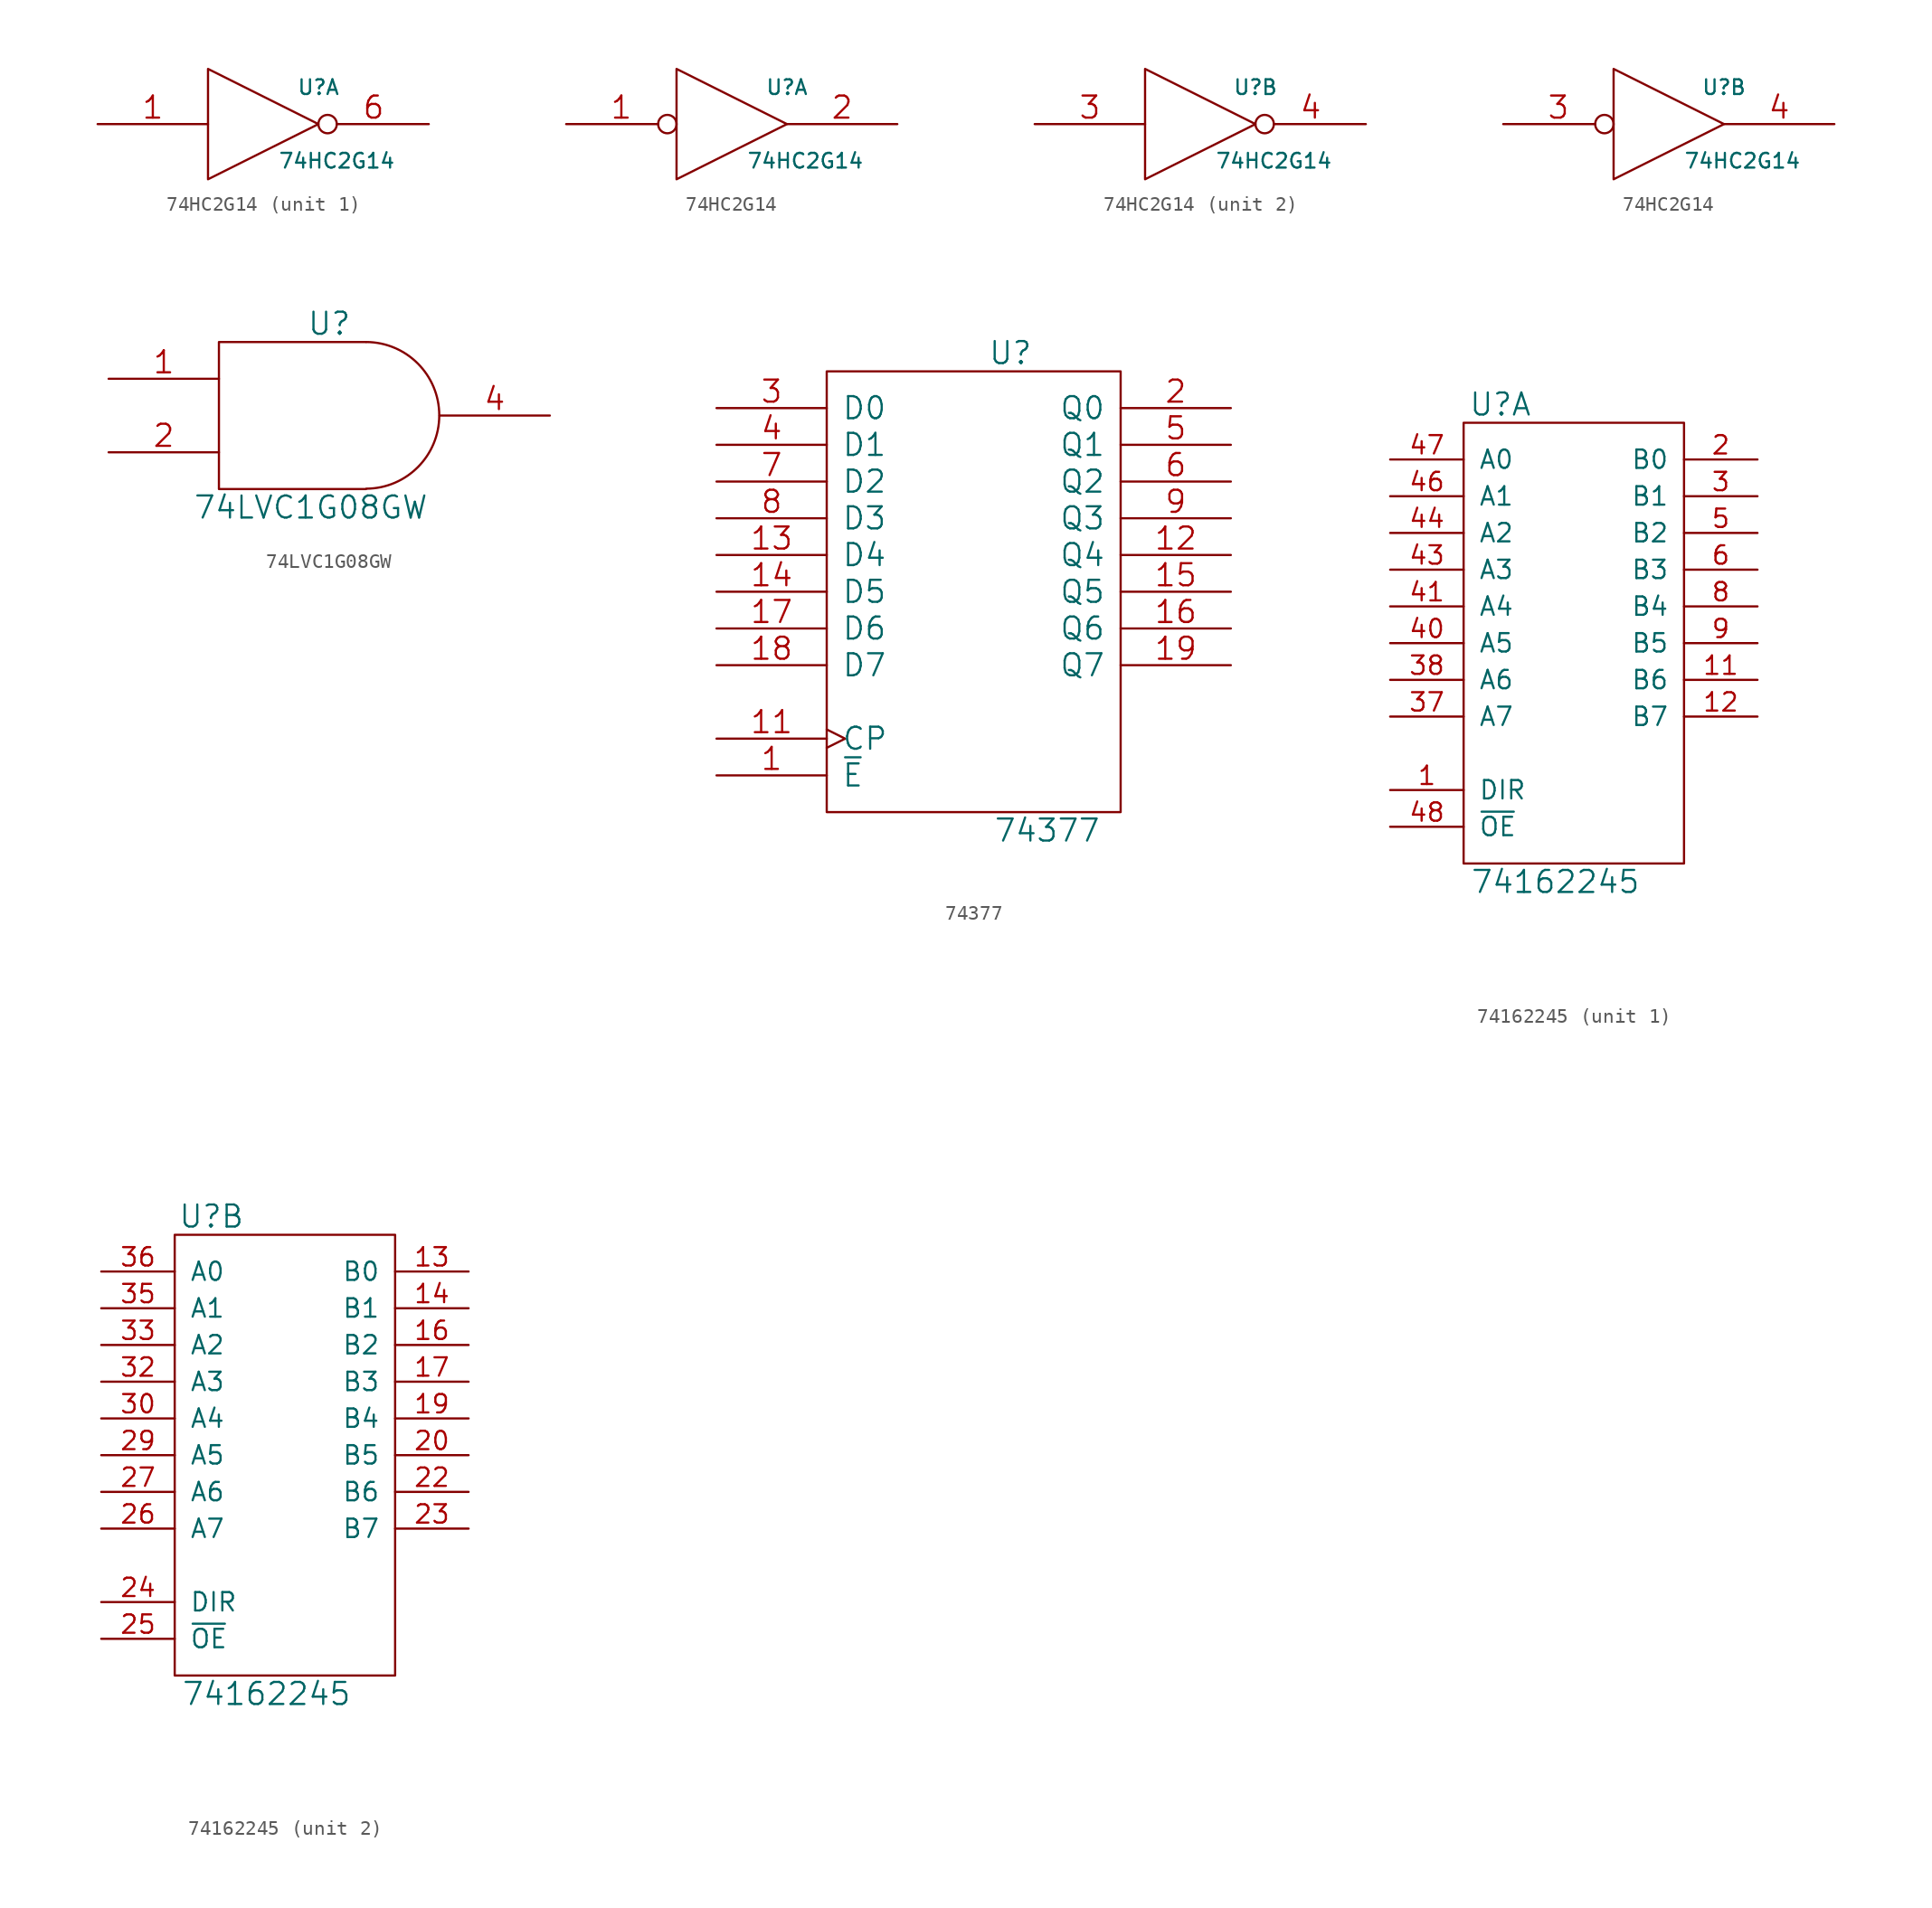
<source format=kicad_sym>
(kicad_symbol_lib
  (version 20241209)
  (generator "kicad_symbol_editor")
  (generator_version "9.0")
  (symbol "74HC2G14"
    (pin_names
      (offset 0.762))
    (property "Reference" "U"
      (at 3.81 2.54 0)
      (effects (font (size 1.016 1.016))))
    (property "Value" "74HC2G14"
      (at 5.08 -2.54 0)
      (effects (font (size 1.016 1.016))))
    (property "Footprint" ""
      (at 0 0 0)
      (effects (font (size 1.524 1.524))))
    (property "Datasheet" ""
      (at 0 0 0)
      (effects (font (size 1.524 1.524))))
    (symbol "74HC2G14_0_0"
      (polyline (pts (xy -3.81 3.81) (xy -3.81 -3.81) (xy 3.81 0) (xy -3.81 3.81)) (stroke (width 0) (type default)) (fill (type none)))
      (pin power_in line (at -1.27 2.54 270) (length 0) (hide yes) (name "VCC" (effects (font (size 0.508 0.508)))) (number "5" (effects (font (size 0.762 0.762)))))
      (pin power_in line (at -1.27 -2.54 90) (length 0) (hide yes) (name "GND" (effects (font (size 0.508 0.508)))) (number "2" (effects (font (size 0.762 0.762))))))
    (symbol "74HC2G14_1_1"
      (pin input line (at -11.43 0 0) (length 7.62) (name "~" (effects (font (size 1.524 1.524)))) (number "1" (effects (font (size 1.524 1.524)))))
      (pin output inverted (at 11.43 0 180) (length 7.62) (name "~" (effects (font (size 1.524 1.524)))) (number "6" (effects (font (size 1.524 1.524))))))
    (symbol "74HC2G14_1_2"
      (pin input inverted (at -11.43 0 0) (length 7.62) (name "~" (effects (font (size 1.524 1.524)))) (number "1" (effects (font (size 1.524 1.524)))))
      (pin output line (at 11.43 0 180) (length 7.62) (name "~" (effects (font (size 1.524 1.524)))) (number "2" (effects (font (size 1.524 1.524))))))
    (symbol "74HC2G14_2_1"
      (pin input line (at -11.43 0 0) (length 7.62) (name "~" (effects (font (size 1.524 1.524)))) (number "3" (effects (font (size 1.524 1.524)))))
      (pin output inverted (at 11.43 0 180) (length 7.62) (name "~" (effects (font (size 1.524 1.524)))) (number "4" (effects (font (size 1.524 1.524))))))
    (symbol "74HC2G14_2_2"
      (pin input inverted (at -11.43 0 0) (length 7.62) (name "~" (effects (font (size 1.524 1.524)))) (number "3" (effects (font (size 1.524 1.524)))))
      (pin output line (at 11.43 0 180) (length 7.62) (name "~" (effects (font (size 1.524 1.524)))) (number "4" (effects (font (size 1.524 1.524)))))))
  (symbol "74LVC1G08GW"
    (pin_names
      (offset 0.762)
      (hide yes))
    (property "Reference" "U"
      (at 0 6.35 0)
      (effects (font (size 1.524 1.524))))
    (property "Value" "74LVC1G08GW"
      (at -1.27 -6.35 0)
      (effects (font (size 1.524 1.524))))
    (property "Footprint" ""
      (at 0 0 0)
      (effects (font (size 1.524 1.524))))
    (property "Datasheet" ""
      (at 0 0 0)
      (effects (font (size 1.524 1.524))))
    (symbol "74LVC1G08GW_0_0"
      (pin power_in line (at 0 5.08 90) (length 0) (hide yes) (name "VCC" (effects (font (size 1.016 1.016)))) (number "5" (effects (font (size 1.016 1.016)))))
      (pin power_in line (at 0 -5.08 90) (length 0) (hide yes) (name "GND" (effects (font (size 1.016 1.016)))) (number "3" (effects (font (size 1.016 1.016))))))
    (symbol "74LVC1G08GW_0_1"
      (arc (start 2.5654 5.08) (mid 7.5947 0.0127) (end 2.5654 -5.0546) (stroke (width 0) (type default)) (fill (type none)))
      (polyline (pts (xy 2.54 5.08) (xy -7.62 5.08) (xy -7.62 -5.08) (xy 2.54 -5.08)) (stroke (width 0) (type default)) (fill (type none))))
    (symbol "74LVC1G08GW_1_1"
      (pin input line (at -15.24 2.54 0) (length 7.62) (name "B" (effects (font (size 1.524 1.524)))) (number "1" (effects (font (size 1.524 1.524)))))
      (pin input line (at -15.24 -2.54 0) (length 7.62) (name "A" (effects (font (size 1.524 1.524)))) (number "2" (effects (font (size 1.524 1.524)))))
      (pin output line (at 15.24 0 180) (length 7.62) (name "Y" (effects (font (size 1.524 1.524)))) (number "4" (effects (font (size 1.524 1.524)))))))
  (symbol "74377"
    (pin_names
      (offset 1.016))
    (property "Reference" "U"
      (at 2.54 16.51 0)
      (effects (font (size 1.524 1.524))))
    (property "Value" "74377"
      (at 5.08 -16.51 0)
      (effects (font (size 1.524 1.524))))
    (property "Footprint" ""
      (at 0 0 0)
      (effects (font (size 1.524 1.524))))
    (property "Datasheet" ""
      (at 0 0 0)
      (effects (font (size 1.524 1.524))))
    (symbol "74377_0_0"
      (pin power_in line (at 0 15.24 90) (length 0) (hide yes) (name "VCC" (effects (font (size 1.524 1.524)))) (number "20" (effects (font (size 1.524 1.524)))))
      (pin power_in line (at 0 -15.24 90) (length 0) (hide yes) (name "GND" (effects (font (size 1.524 1.524)))) (number "10" (effects (font (size 1.524 1.524))))))
    (symbol "74377_0_1"
      (rectangle (start -10.16 15.24) (end 10.16 -15.24) (stroke (width 0) (type default)) (fill (type none))))
    (symbol "74377_1_1"
      (pin input line (at -17.78 12.7 0) (length 7.62) (name "D0" (effects (font (size 1.524 1.524)))) (number "3" (effects (font (size 1.524 1.524)))))
      (pin input line (at -17.78 10.16 0) (length 7.62) (name "D1" (effects (font (size 1.524 1.524)))) (number "4" (effects (font (size 1.524 1.524)))))
      (pin input line (at -17.78 7.62 0) (length 7.62) (name "D2" (effects (font (size 1.524 1.524)))) (number "7" (effects (font (size 1.524 1.524)))))
      (pin input line (at -17.78 5.08 0) (length 7.62) (name "D3" (effects (font (size 1.524 1.524)))) (number "8" (effects (font (size 1.524 1.524)))))
      (pin input line (at -17.78 2.54 0) (length 7.62) (name "D4" (effects (font (size 1.524 1.524)))) (number "13" (effects (font (size 1.524 1.524)))))
      (pin input line (at -17.78 0 0) (length 7.62) (name "D5" (effects (font (size 1.524 1.524)))) (number "14" (effects (font (size 1.524 1.524)))))
      (pin input line (at -17.78 -2.54 0) (length 7.62) (name "D6" (effects (font (size 1.524 1.524)))) (number "17" (effects (font (size 1.524 1.524)))))
      (pin input line (at -17.78 -5.08 0) (length 7.62) (name "D7" (effects (font (size 1.524 1.524)))) (number "18" (effects (font (size 1.524 1.524)))))
      (pin input clock (at -17.78 -10.16 0) (length 7.62) (name "CP" (effects (font (size 1.524 1.524)))) (number "11" (effects (font (size 1.524 1.524)))))
      (pin input line (at -17.78 -12.7 0) (length 7.62) (name "~{E}" (effects (font (size 1.524 1.524)))) (number "1" (effects (font (size 1.524 1.524)))))
      (pin output line (at 17.78 12.7 180) (length 7.62) (name "Q0" (effects (font (size 1.524 1.524)))) (number "2" (effects (font (size 1.524 1.524)))))
      (pin output line (at 17.78 10.16 180) (length 7.62) (name "Q1" (effects (font (size 1.524 1.524)))) (number "5" (effects (font (size 1.524 1.524)))))
      (pin output line (at 17.78 7.62 180) (length 7.62) (name "Q2" (effects (font (size 1.524 1.524)))) (number "6" (effects (font (size 1.524 1.524)))))
      (pin output line (at 17.78 5.08 180) (length 7.62) (name "Q3" (effects (font (size 1.524 1.524)))) (number "9" (effects (font (size 1.524 1.524)))))
      (pin output line (at 17.78 2.54 180) (length 7.62) (name "Q4" (effects (font (size 1.524 1.524)))) (number "12" (effects (font (size 1.524 1.524)))))
      (pin output line (at 17.78 0 180) (length 7.62) (name "Q5" (effects (font (size 1.524 1.524)))) (number "15" (effects (font (size 1.524 1.524)))))
      (pin output line (at 17.78 -2.54 180) (length 7.62) (name "Q6" (effects (font (size 1.524 1.524)))) (number "16" (effects (font (size 1.524 1.524)))))
      (pin output line (at 17.78 -5.08 180) (length 7.62) (name "Q7" (effects (font (size 1.524 1.524)))) (number "19" (effects (font (size 1.524 1.524)))))))
  (symbol "74162245"
    (pin_names
      (offset 1.016))
    (property "Reference" "U"
      (at -5.08 16.51 0)
      (effects (font (size 1.524 1.524))))
    (property "Value" "74162245"
      (at -1.27 -16.51 0)
      (effects (font (size 1.524 1.524))))
    (property "Footprint" ""
      (at 0 0 0)
      (effects (font (size 1.524 1.524))))
    (property "Datasheet" ""
      (at 0 0 0)
      (effects (font (size 1.524 1.524))))
    (symbol "74162245_0_1"
      (rectangle (start -7.62 15.24) (end 7.62 -15.24) (stroke (width 0) (type default)) (fill (type none)))
      (pin power_in line (at -6.35 -20.32 90) (length 5.08) (hide yes) (name "GND" (effects (font (size 1.27 1.27)))) (number "4" (effects (font (size 1.27 1.27)))))
      (pin power_in line (at -3.81 -20.32 90) (length 5.08) (hide yes) (name "GND" (effects (font (size 1.27 1.27)))) (number "10" (effects (font (size 1.27 1.27)))))
      (pin power_in line (at -2.54 20.32 270) (length 5.08) (hide yes) (name "VCC" (effects (font (size 1.27 1.27)))) (number "7" (effects (font (size 1.27 1.27)))))
      (pin power_in line (at -1.27 -20.32 90) (length 5.08) (hide yes) (name "GND" (effects (font (size 1.27 1.27)))) (number "15" (effects (font (size 1.27 1.27)))))
      (pin power_in line (at 0 20.32 270) (length 5.08) (hide yes) (name "VCC" (effects (font (size 1.27 1.27)))) (number "18" (effects (font (size 1.27 1.27)))))
      (pin power_in line (at 1.27 -20.32 90) (length 5.08) (hide yes) (name "GND" (effects (font (size 1.27 1.27)))) (number "21" (effects (font (size 1.27 1.27)))))
      (pin power_in line (at 2.54 20.32 270) (length 5.08) (hide yes) (name "VCC" (effects (font (size 1.27 1.27)))) (number "31" (effects (font (size 1.27 1.27)))))
      (pin power_in line (at 3.81 -20.32 90) (length 5.08) (hide yes) (name "GND" (effects (font (size 1.27 1.27)))) (number "28" (effects (font (size 1.27 1.27)))))
      (pin power_in line (at 5.08 20.32 270) (length 5.08) (hide yes) (name "VCC" (effects (font (size 1.27 1.27)))) (number "42" (effects (font (size 1.27 1.27)))))
      (pin power_in line (at 6.35 -20.32 90) (length 5.08) (hide yes) (name "GND" (effects (font (size 1.27 1.27)))) (number "34" (effects (font (size 1.27 1.27)))))
      (pin power_in line (at 12.7 -10.16 180) (length 5.08) (hide yes) (name "GND" (effects (font (size 1.27 1.27)))) (number "45" (effects (font (size 1.27 1.27)))))
      (pin power_in line (at 12.7 -12.7 180) (length 5.08) (hide yes) (name "GND" (effects (font (size 1.27 1.27)))) (number "39" (effects (font (size 1.27 1.27))))))
    (symbol "74162245_1_1"
      (pin tri_state line (at -12.7 12.7 0) (length 5.08) (name "A0" (effects (font (size 1.27 1.27)))) (number "47" (effects (font (size 1.27 1.27)))))
      (pin tri_state line (at -12.7 10.16 0) (length 5.08) (name "A1" (effects (font (size 1.27 1.27)))) (number "46" (effects (font (size 1.27 1.27)))))
      (pin tri_state line (at -12.7 7.62 0) (length 5.08) (name "A2" (effects (font (size 1.27 1.27)))) (number "44" (effects (font (size 1.27 1.27)))))
      (pin tri_state line (at -12.7 5.08 0) (length 5.08) (name "A3" (effects (font (size 1.27 1.27)))) (number "43" (effects (font (size 1.27 1.27)))))
      (pin tri_state line (at -12.7 2.54 0) (length 5.08) (name "A4" (effects (font (size 1.27 1.27)))) (number "41" (effects (font (size 1.27 1.27)))))
      (pin tri_state line (at -12.7 0 0) (length 5.08) (name "A5" (effects (font (size 1.27 1.27)))) (number "40" (effects (font (size 1.27 1.27)))))
      (pin tri_state line (at -12.7 -2.54 0) (length 5.08) (name "A6" (effects (font (size 1.27 1.27)))) (number "38" (effects (font (size 1.27 1.27)))))
      (pin tri_state line (at -12.7 -5.08 0) (length 5.08) (name "A7" (effects (font (size 1.27 1.27)))) (number "37" (effects (font (size 1.27 1.27)))))
      (pin input line (at -12.7 -10.16 0) (length 5.08) (name "DIR" (effects (font (size 1.27 1.27)))) (number "1" (effects (font (size 1.27 1.27)))))
      (pin input line (at -12.7 -12.7 0) (length 5.08) (name "~{OE}" (effects (font (size 1.27 1.27)))) (number "48" (effects (font (size 1.27 1.27)))))
      (pin tri_state line (at 12.7 12.7 180) (length 5.08) (name "B0" (effects (font (size 1.27 1.27)))) (number "2" (effects (font (size 1.27 1.27)))))
      (pin tri_state line (at 12.7 10.16 180) (length 5.08) (name "B1" (effects (font (size 1.27 1.27)))) (number "3" (effects (font (size 1.27 1.27)))))
      (pin tri_state line (at 12.7 7.62 180) (length 5.08) (name "B2" (effects (font (size 1.27 1.27)))) (number "5" (effects (font (size 1.27 1.27)))))
      (pin tri_state line (at 12.7 5.08 180) (length 5.08) (name "B3" (effects (font (size 1.27 1.27)))) (number "6" (effects (font (size 1.27 1.27)))))
      (pin tri_state line (at 12.7 2.54 180) (length 5.08) (name "B4" (effects (font (size 1.27 1.27)))) (number "8" (effects (font (size 1.27 1.27)))))
      (pin tri_state line (at 12.7 0 180) (length 5.08) (name "B5" (effects (font (size 1.27 1.27)))) (number "9" (effects (font (size 1.27 1.27)))))
      (pin tri_state line (at 12.7 -2.54 180) (length 5.08) (name "B6" (effects (font (size 1.27 1.27)))) (number "11" (effects (font (size 1.27 1.27)))))
      (pin tri_state line (at 12.7 -5.08 180) (length 5.08) (name "B7" (effects (font (size 1.27 1.27)))) (number "12" (effects (font (size 1.27 1.27))))))
    (symbol "74162245_2_1"
      (pin tri_state line (at -12.7 12.7 0) (length 5.08) (name "A0" (effects (font (size 1.27 1.27)))) (number "36" (effects (font (size 1.27 1.27)))))
      (pin tri_state line (at -12.7 10.16 0) (length 5.08) (name "A1" (effects (font (size 1.27 1.27)))) (number "35" (effects (font (size 1.27 1.27)))))
      (pin tri_state line (at -12.7 7.62 0) (length 5.08) (name "A2" (effects (font (size 1.27 1.27)))) (number "33" (effects (font (size 1.27 1.27)))))
      (pin tri_state line (at -12.7 5.08 0) (length 5.08) (name "A3" (effects (font (size 1.27 1.27)))) (number "32" (effects (font (size 1.27 1.27)))))
      (pin tri_state line (at -12.7 2.54 0) (length 5.08) (name "A4" (effects (font (size 1.27 1.27)))) (number "30" (effects (font (size 1.27 1.27)))))
      (pin tri_state line (at -12.7 0 0) (length 5.08) (name "A5" (effects (font (size 1.27 1.27)))) (number "29" (effects (font (size 1.27 1.27)))))
      (pin tri_state line (at -12.7 -2.54 0) (length 5.08) (name "A6" (effects (font (size 1.27 1.27)))) (number "27" (effects (font (size 1.27 1.27)))))
      (pin tri_state line (at -12.7 -5.08 0) (length 5.08) (name "A7" (effects (font (size 1.27 1.27)))) (number "26" (effects (font (size 1.27 1.27)))))
      (pin input line (at -12.7 -10.16 0) (length 5.08) (name "DIR" (effects (font (size 1.27 1.27)))) (number "24" (effects (font (size 1.27 1.27)))))
      (pin input line (at -12.7 -12.7 0) (length 5.08) (name "~{OE}" (effects (font (size 1.27 1.27)))) (number "25" (effects (font (size 1.27 1.27)))))
      (pin tri_state line (at 12.7 12.7 180) (length 5.08) (name "B0" (effects (font (size 1.27 1.27)))) (number "13" (effects (font (size 1.27 1.27)))))
      (pin tri_state line (at 12.7 10.16 180) (length 5.08) (name "B1" (effects (font (size 1.27 1.27)))) (number "14" (effects (font (size 1.27 1.27)))))
      (pin tri_state line (at 12.7 7.62 180) (length 5.08) (name "B2" (effects (font (size 1.27 1.27)))) (number "16" (effects (font (size 1.27 1.27)))))
      (pin tri_state line (at 12.7 5.08 180) (length 5.08) (name "B3" (effects (font (size 1.27 1.27)))) (number "17" (effects (font (size 1.27 1.27)))))
      (pin tri_state line (at 12.7 2.54 180) (length 5.08) (name "B4" (effects (font (size 1.27 1.27)))) (number "19" (effects (font (size 1.27 1.27)))))
      (pin tri_state line (at 12.7 0 180) (length 5.08) (name "B5" (effects (font (size 1.27 1.27)))) (number "20" (effects (font (size 1.27 1.27)))))
      (pin tri_state line (at 12.7 -2.54 180) (length 5.08) (name "B6" (effects (font (size 1.27 1.27)))) (number "22" (effects (font (size 1.27 1.27)))))
      (pin tri_state line (at 12.7 -5.08 180) (length 5.08) (name "B7" (effects (font (size 1.27 1.27)))) (number "23" (effects (font (size 1.27 1.27))))))))
</source>
